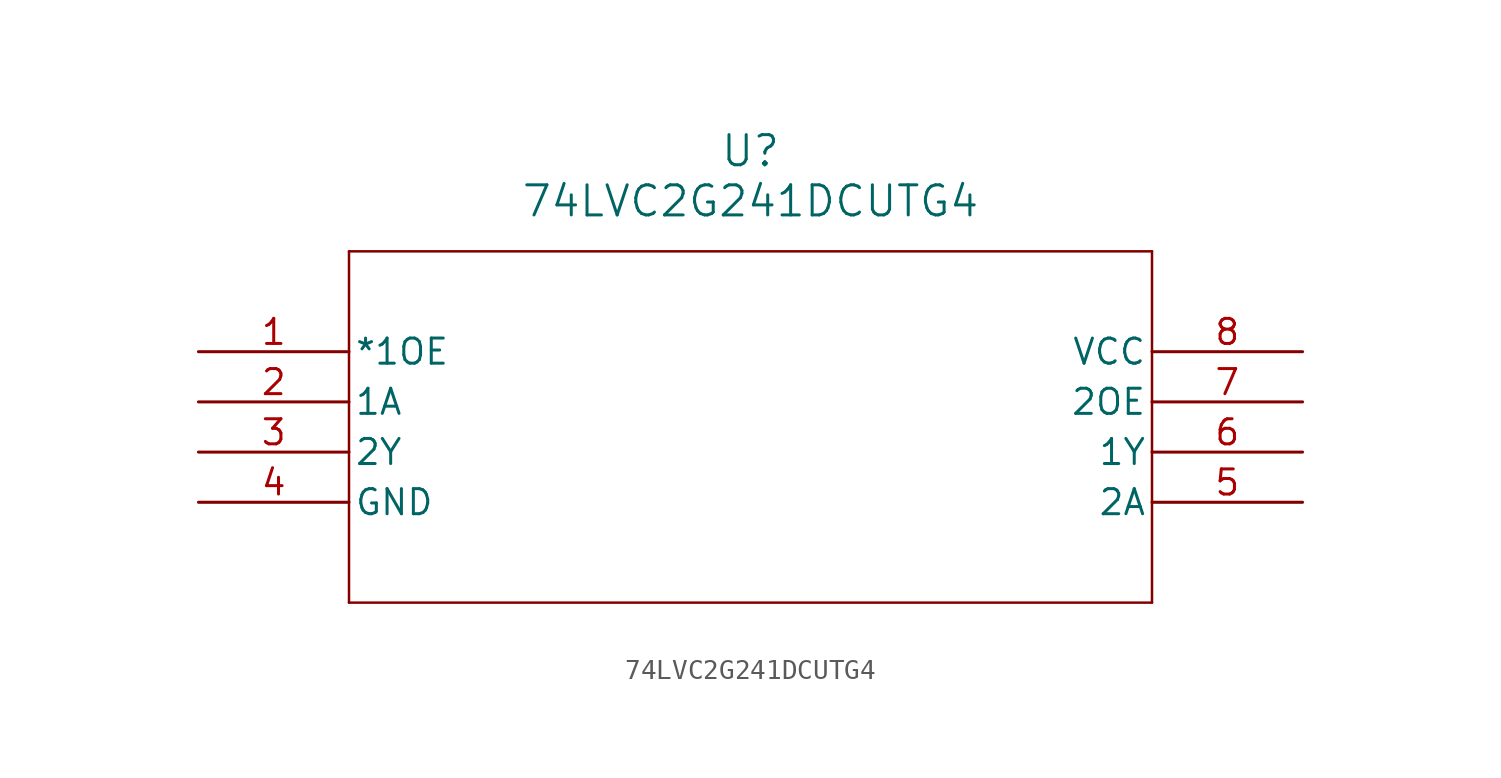
<source format=kicad_sym>
(kicad_symbol_lib
  (version 20231120)
  (generator "kicad_symbol_editor")
  (generator_version "8.0")
  (symbol "74LVC2G241DCUTG4"
    (pin_names
      (offset 0.254))
    (property "Reference" "U"
      (at 27.94 10.16 0)
      (effects (font (size 1.524 1.524))))
    (property "Value" "74LVC2G241DCUTG4"
      (at 27.94 7.62 0)
      (effects (font (size 1.524 1.524))))
    (property "ki_locked" ""
      (at 0 0 0)
      (effects (font (size 1.27 1.27))))
    (symbol "74LVC2G241DCUTG4_0_1"
      (polyline (pts (xy 7.62 -12.7) (xy 48.26 -12.7)) (stroke (width 0.127) (type default)) (fill (type none)))
      (polyline (pts (xy 7.62 5.08) (xy 7.62 -12.7)) (stroke (width 0.127) (type default)) (fill (type none)))
      (polyline (pts (xy 48.26 -12.7) (xy 48.26 5.08)) (stroke (width 0.127) (type default)) (fill (type none)))
      (polyline (pts (xy 48.26 5.08) (xy 7.62 5.08)) (stroke (width 0.127) (type default)) (fill (type none)))
      (pin input line (at 0 0 0) (length 7.62) (name "*1OE" (effects (font (size 1.27 1.27)))) (number "1" (effects (font (size 1.27 1.27)))))
      (pin input line (at 0 -2.54 0) (length 7.62) (name "1A" (effects (font (size 1.27 1.27)))) (number "2" (effects (font (size 1.27 1.27)))))
      (pin output line (at 0 -5.08 0) (length 7.62) (name "2Y" (effects (font (size 1.27 1.27)))) (number "3" (effects (font (size 1.27 1.27)))))
      (pin power_in line (at 0 -7.62 0) (length 7.62) (name "GND" (effects (font (size 1.27 1.27)))) (number "4" (effects (font (size 1.27 1.27)))))
      (pin input line (at 55.88 -7.62 180) (length 7.62) (name "2A" (effects (font (size 1.27 1.27)))) (number "5" (effects (font (size 1.27 1.27)))))
      (pin output line (at 55.88 -5.08 180) (length 7.62) (name "1Y" (effects (font (size 1.27 1.27)))) (number "6" (effects (font (size 1.27 1.27)))))
      (pin input line (at 55.88 -2.54 180) (length 7.62) (name "2OE" (effects (font (size 1.27 1.27)))) (number "7" (effects (font (size 1.27 1.27)))))
      (pin power_in line (at 55.88 0 180) (length 7.62) (name "VCC" (effects (font (size 1.27 1.27)))) (number "8" (effects (font (size 1.27 1.27))))))))
</source>
